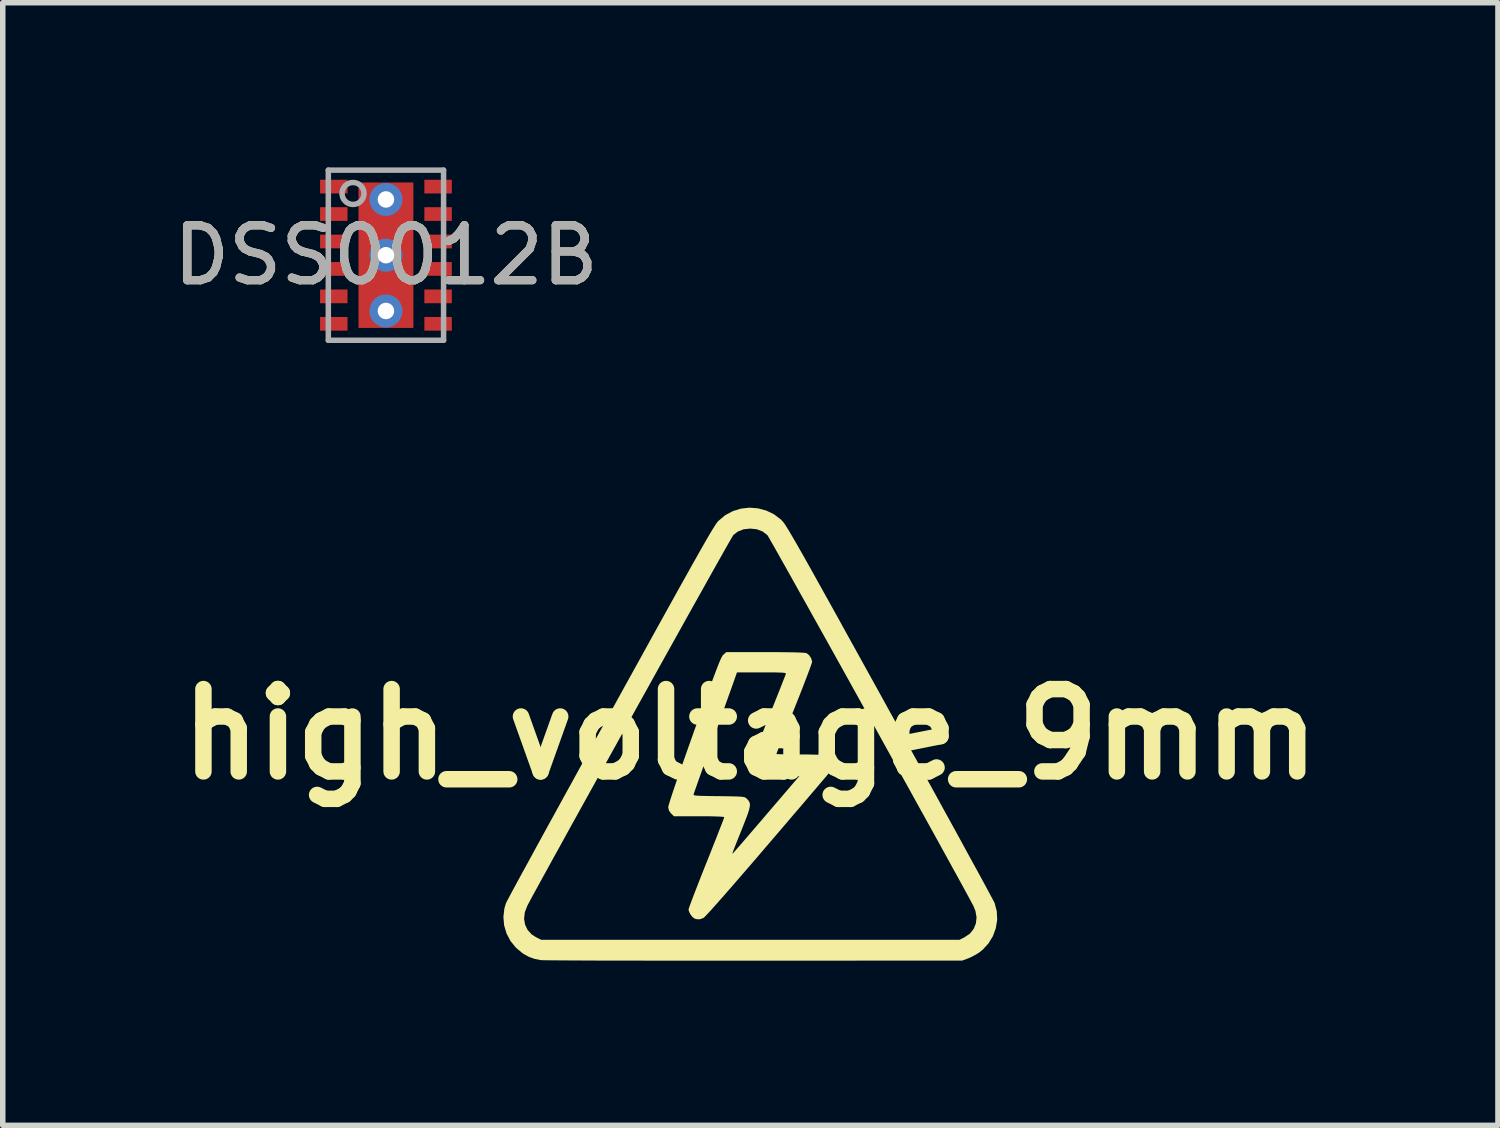
<source format=kicad_pcb>
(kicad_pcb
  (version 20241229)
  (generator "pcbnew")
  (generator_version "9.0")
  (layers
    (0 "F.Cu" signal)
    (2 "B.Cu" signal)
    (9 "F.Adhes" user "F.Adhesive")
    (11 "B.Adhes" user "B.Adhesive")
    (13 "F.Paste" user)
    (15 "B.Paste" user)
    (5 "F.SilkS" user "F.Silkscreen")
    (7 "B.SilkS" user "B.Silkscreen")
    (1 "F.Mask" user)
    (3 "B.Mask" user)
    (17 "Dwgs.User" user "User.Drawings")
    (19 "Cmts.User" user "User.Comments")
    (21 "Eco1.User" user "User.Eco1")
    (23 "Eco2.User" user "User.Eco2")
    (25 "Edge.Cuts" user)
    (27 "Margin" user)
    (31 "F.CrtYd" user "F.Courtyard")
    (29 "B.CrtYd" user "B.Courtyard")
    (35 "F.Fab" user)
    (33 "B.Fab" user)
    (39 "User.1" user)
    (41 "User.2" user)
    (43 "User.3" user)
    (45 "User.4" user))
  (footprint "high_voltage_9mm"
    (layer "F.Cu")
    (at 10.621 10.327)
    (property "Reference" "high_voltage_9mm" (at 0 0 0) (layer "F.SilkS") (effects (font (size 1.5 1.5) (thickness 0.3))))
    (attr board_only exclude_from_pos_files exclude_from_bom)
    (fp_poly (pts (xy 0.14 -4.115) (xy 0.29 -4.075) (xy 0.431 -4.007) (xy 0.558 -3.91) (xy 0.58 -3.887) (xy 0.593 -3.873) (xy 0.608 -3.854) (xy 0.626 -3.829) (xy 0.648 -3.796) (xy 0.674 -3.754) (xy 0.706 -3.702) (xy 0.743 -3.639) (xy 0.787 -3.564) (xy 0.839 -3.475) (xy 0.898 -3.371) (xy 0.966 -3.252) (xy 1.043 -3.115) (xy 1.13 -2.96) (xy 1.227 -2.785) (xy 1.336 -2.589) (xy 1.457 -2.372) (xy 1.591 -2.131) (xy 1.737 -1.866) (xy 1.898 -1.575) (xy 2.074 -1.257) (xy 2.265 -0.912) (xy 2.472 -0.537) (xy 2.547 -0.4) (xy 2.725 -0.078) (xy 2.898 0.236) (xy 3.067 0.542) (xy 3.229 0.837) (xy 3.385 1.12) (xy 3.533 1.39) (xy 3.674 1.646) (xy 3.805 1.885) (xy 3.926 2.107) (xy 4.037 2.31) (xy 4.137 2.492) (xy 4.224 2.652) (xy 4.298 2.789) (xy 4.359 2.902) (xy 4.405 2.988) (xy 4.436 3.046) (xy 4.451 3.076) (xy 4.452 3.078) (xy 4.491 3.228) (xy 4.498 3.382) (xy 4.473 3.535) (xy 4.42 3.68) (xy 4.339 3.813) (xy 4.233 3.928) (xy 4.161 3.984) (xy 4.09 4.027) (xy 4.01 4.068) (xy 3.964 4.087) (xy 3.861 4.125) (xy 0.062 4.127) (xy -0.303 4.127) (xy -0.658 4.127) (xy -1.003 4.127) (xy -1.336 4.127) (xy -1.655 4.127) (xy -1.959 4.126) (xy -2.246 4.126) (xy -2.514 4.125) (xy -2.762 4.125) (xy -2.988 4.124) (xy -3.19 4.123) (xy -3.367 4.122) (xy -3.518 4.121) (xy -3.639 4.12) (xy -3.731 4.119) (xy -3.79 4.118) (xy -3.817 4.117) (xy -3.817 4.117) (xy -3.934 4.093) (xy -4.032 4.058) (xy -4.125 4.007) (xy -4.148 3.993) (xy -4.271 3.89) (xy -4.37 3.768) (xy -4.442 3.63) (xy -4.486 3.482) (xy -4.496 3.362) (xy -4.122 3.362) (xy -4.104 3.471) (xy -4.057 3.568) (xy -3.982 3.65) (xy -3.903 3.7) (xy -3.81 3.747) (xy 0 3.747) (xy 3.81 3.747) (xy 3.903 3.7) (xy 4 3.635) (xy 4.069 3.549) (xy 4.11 3.449) (xy 4.122 3.338) (xy 4.102 3.222) (xy 4.064 3.128) (xy 4.035 3.074) (xy 3.991 2.992) (xy 3.933 2.885) (xy 3.862 2.755) (xy 3.779 2.603) (xy 3.684 2.431) (xy 3.579 2.24) (xy 3.465 2.033) (xy 3.342 1.81) (xy 3.212 1.575) (xy 3.075 1.328) (xy 2.933 1.071) (xy 2.786 0.806) (xy 2.635 0.534) (xy 2.482 0.258) (xy 2.327 -0.022) (xy 2.171 -0.302) (xy 2.015 -0.582) (xy 1.861 -0.86) (xy 1.708 -1.135) (xy 1.559 -1.403) (xy 1.413 -1.665) (xy 1.272 -1.918) (xy 1.137 -2.159) (xy 1.009 -2.389) (xy 0.888 -2.604) (xy 0.777 -2.804) (xy 0.675 -2.986) (xy 0.583 -3.149) (xy 0.503 -3.291) (xy 0.436 -3.411) (xy 0.381 -3.506) (xy 0.342 -3.575) (xy 0.317 -3.616) (xy 0.31 -3.628) (xy 0.221 -3.695) (xy 0.117 -3.734) (xy 0 -3.746) (xy -0.123 -3.733) (xy -0.226 -3.693) (xy -0.31 -3.628) (xy -0.321 -3.609) (xy -0.349 -3.562) (xy -0.392 -3.487) (xy -0.45 -3.386) (xy -0.52 -3.261) (xy -0.603 -3.114) (xy -0.697 -2.947) (xy -0.801 -2.761) (xy -0.915 -2.557) (xy -1.037 -2.339) (xy -1.167 -2.106) (xy -1.303 -1.862) (xy -1.445 -1.607) (xy -1.592 -1.344) (xy -1.742 -1.074) (xy -1.895 -0.798) (xy -2.05 -0.52) (xy -2.206 -0.239) (xy -2.362 0.041) (xy -2.517 0.32) (xy -2.669 0.595) (xy -2.819 0.866) (xy -2.965 1.129) (xy -3.106 1.384) (xy -3.242 1.629) (xy -3.37 1.861) (xy -3.491 2.081) (xy -3.604 2.284) (xy -3.706 2.471) (xy -3.799 2.639) (xy -3.879 2.786) (xy -3.948 2.911) (xy -4.003 3.013) (xy -4.043 3.088) (xy -4.064 3.128) (xy -4.109 3.246) (xy -4.122 3.362) (xy -4.496 3.362) (xy -4.499 3.329) (xy -4.481 3.175) (xy -4.452 3.078) (xy -4.44 3.054) (xy -4.412 3.001) (xy -4.369 2.92) (xy -4.311 2.812) (xy -4.239 2.679) (xy -4.154 2.523) (xy -4.056 2.345) (xy -3.948 2.146) (xy -3.828 1.927) (xy -3.699 1.691) (xy -3.56 1.439) (xy -3.413 1.171) (xy -3.258 0.89) (xy -3.097 0.597) (xy -2.93 0.293) (xy -2.757 -0.02) (xy -2.58 -0.34) (xy -2.547 -0.4) (xy -2.335 -0.785) (xy -2.138 -1.141) (xy -1.957 -1.468) (xy -1.792 -1.768) (xy -1.64 -2.042) (xy -1.502 -2.291) (xy -1.377 -2.516) (xy -1.264 -2.719) (xy -1.162 -2.901) (xy -1.072 -3.063) (xy -0.991 -3.206) (xy -0.92 -3.332) (xy -0.858 -3.441) (xy -0.804 -3.535) (xy -0.758 -3.614) (xy -0.718 -3.682) (xy -0.685 -3.737) (xy -0.656 -3.782) (xy -0.633 -3.818) (xy -0.614 -3.846) (xy -0.598 -3.867) (xy -0.585 -3.883) (xy -0.58 -3.887) (xy -0.458 -3.99) (xy -0.319 -4.064) (xy -0.17 -4.11) (xy -0.015 -4.127)) (stroke (width 0) (type solid)) (fill yes) (layer "F.SilkS"))
    (fp_poly (pts (xy 0.485 -1.495) (xy 0.663 -1.493) (xy 0.805 -1.491) (xy 0.913 -1.487) (xy 0.985 -1.483) (xy 1.022 -1.477) (xy 1.025 -1.476) (xy 1.072 -1.439) (xy 1.109 -1.383) (xy 1.126 -1.324) (xy 1.126 -1.317) (xy 1.119 -1.293) (xy 1.101 -1.24) (xy 1.072 -1.161) (xy 1.034 -1.059) (xy 0.987 -0.938) (xy 0.934 -0.8) (xy 0.875 -0.65) (xy 0.811 -0.49) (xy 0.8 -0.462) (xy 0.737 -0.302) (xy 0.677 -0.152) (xy 0.623 -0.015) (xy 0.575 0.105) (xy 0.535 0.206) (xy 0.504 0.284) (xy 0.484 0.337) (xy 0.475 0.36) (xy 0.475 0.361) (xy 0.492 0.363) (xy 0.539 0.365) (xy 0.612 0.367) (xy 0.705 0.368) (xy 0.815 0.369) (xy 0.898 0.369) (xy 1.043 0.37) (xy 1.158 0.372) (xy 1.245 0.375) (xy 1.308 0.379) (xy 1.352 0.386) (xy 1.379 0.394) (xy 1.447 0.438) (xy 1.486 0.498) (xy 1.495 0.569) (xy 1.473 0.646) (xy 1.438 0.702) (xy 1.418 0.725) (xy 1.378 0.774) (xy 1.317 0.845) (xy 1.239 0.937) (xy 1.145 1.048) (xy 1.036 1.176) (xy 0.915 1.318) (xy 0.782 1.473) (xy 0.64 1.64) (xy 0.49 1.815) (xy 0.334 1.997) (xy 0.29 2.048) (xy 0.098 2.273) (xy -0.08 2.479) (xy -0.241 2.665) (xy -0.385 2.831) (xy -0.512 2.976) (xy -0.62 3.098) (xy -0.709 3.198) (xy -0.778 3.273) (xy -0.826 3.323) (xy -0.853 3.348) (xy -0.856 3.35) (xy -0.922 3.373) (xy -0.984 3.37) (xy -1.016 3.359) (xy -1.055 3.33) (xy -1.093 3.281) (xy -1.119 3.227) (xy -1.126 3.193) (xy -1.119 3.171) (xy -1.101 3.119) (xy -1.072 3.041) (xy -1.034 2.94) (xy -0.987 2.819) (xy -0.934 2.682) (xy -0.875 2.532) (xy -0.812 2.373) (xy -0.8 2.344) (xy -0.736 2.184) (xy -0.677 2.033) (xy -0.622 1.896) (xy -0.575 1.774) (xy -0.535 1.672) (xy -0.504 1.593) (xy -0.484 1.539) (xy -0.475 1.514) (xy -0.475 1.512) (xy -0.492 1.507) (xy -0.542 1.502) (xy -0.623 1.499) (xy -0.732 1.496) (xy -0.868 1.495) (xy -0.934 1.495) (xy -1.392 1.495) (xy -1.444 1.444) (xy -1.482 1.393) (xy -1.495 1.336) (xy -1.495 1.327) (xy -1.489 1.298) (xy -1.471 1.237) (xy -1.442 1.146) (xy -1.428 1.103) (xy -1.034 1.103) (xy -1.026 1.11) (xy -1.007 1.116) (xy -0.972 1.12) (xy -0.918 1.123) (xy -0.842 1.125) (xy -0.738 1.127) (xy -0.604 1.129) (xy -0.575 1.129) (xy -0.435 1.131) (xy -0.326 1.133) (xy -0.243 1.135) (xy -0.182 1.138) (xy -0.14 1.142) (xy -0.111 1.147) (xy -0.091 1.155) (xy -0.076 1.165) (xy -0.063 1.177) (xy -0.035 1.207) (xy -0.016 1.238) (xy -0.007 1.275) (xy -0.01 1.322) (xy -0.024 1.384) (xy -0.051 1.466) (xy -0.091 1.571) (xy -0.132 1.675) (xy -0.189 1.819) (xy -0.235 1.933) (xy -0.27 2.021) (xy -0.295 2.085) (xy -0.312 2.13) (xy -0.322 2.158) (xy -0.325 2.172) (xy -0.324 2.175) (xy -0.318 2.172) (xy -0.31 2.164) (xy -0.31 2.164) (xy -0.294 2.145) (xy -0.257 2.103) (xy -0.201 2.039) (xy -0.13 1.957) (xy -0.045 1.858) (xy 0.052 1.745) (xy 0.158 1.622) (xy 0.271 1.49) (xy 0.304 1.451) (xy 0.892 0.765) (xy 0.512 0.756) (xy 0.364 0.752) (xy 0.249 0.747) (xy 0.166 0.74) (xy 0.113 0.732) (xy 0.093 0.725) (xy 0.05 0.685) (xy 0.016 0.628) (xy 0.000184 0.57) (xy 0 0.564) (xy 0.006 0.541) (xy 0.025 0.488) (xy 0.054 0.41) (xy 0.092 0.309) (xy 0.138 0.189) (xy 0.192 0.052) (xy 0.251 -0.097) (xy 0.314 -0.256) (xy 0.319 -0.268) (xy 0.383 -0.427) (xy 0.442 -0.577) (xy 0.497 -0.714) (xy 0.545 -0.835) (xy 0.585 -0.937) (xy 0.616 -1.016) (xy 0.637 -1.07) (xy 0.646 -1.094) (xy 0.646 -1.095) (xy 0.647 -1.104) (xy 0.64 -1.112) (xy 0.622 -1.117) (xy 0.59 -1.121) (xy 0.538 -1.123) (xy 0.463 -1.125) (xy 0.361 -1.126) (xy 0.229 -1.126) (xy 0.206 -1.126) (xy -0.243 -1.126) (xy -0.26 -1.077) (xy -0.269 -1.053) (xy -0.288 -0.998) (xy -0.317 -0.916) (xy -0.355 -0.809) (xy -0.401 -0.682) (xy -0.453 -0.536) (xy -0.511 -0.374) (xy -0.573 -0.201) (xy -0.638 -0.018) (xy -0.651 0.018) (xy -0.717 0.201) (xy -0.779 0.376) (xy -0.837 0.538) (xy -0.889 0.685) (xy -0.935 0.814) (xy -0.973 0.922) (xy -1.003 1.007) (xy -1.023 1.064) (xy -1.033 1.092) (xy -1.033 1.094) (xy -1.034 1.103) (xy -1.428 1.103) (xy -1.402 1.025) (xy -1.352 0.877) (xy -1.292 0.703) (xy -1.222 0.503) (xy -1.143 0.279) (xy -1.056 0.033) (xy -1.02 -0.068) (xy -0.932 -0.314) (xy -0.855 -0.528) (xy -0.788 -0.714) (xy -0.73 -0.873) (xy -0.681 -1.007) (xy -0.639 -1.118) (xy -0.604 -1.21) (xy -0.576 -1.282) (xy -0.552 -1.339) (xy -0.533 -1.382) (xy -0.517 -1.412) (xy -0.504 -1.433) (xy -0.493 -1.446) (xy -0.492 -1.447) (xy -0.439 -1.495) (xy 0.272 -1.495)) (stroke (width 0) (type solid)) (fill yes) (layer "F.SilkS")))
  (footprint "DSS0012B"
    (layer "F.Cu")
    (at 3.982 1.6)
    (property "Reference" "DSS0012B" (at 0 0 0) (unlocked yes) (layer "F.SilkS") (effects (font (size 1 1) (thickness 0.15))))
    (attr smd)
    (fp_poly (pts (xy -0.475 -0.15) (xy -0.475 -1.22) (xy -0.425 -1.27) (xy 0.425 -1.27) (xy 0.475 -1.22) (xy 0.475 -0.15) (xy 0.425 -0.1) (xy -0.425 -0.1)) (stroke (width 0) (type solid)) (fill yes) (layer "F.Paste"))
    (fp_poly (pts (xy -0.475 0.15) (xy -0.475 1.22) (xy -0.425 1.27) (xy 0.425 1.27) (xy 0.475 1.22) (xy 0.475 0.15) (xy 0.425 0.1) (xy -0.425 0.1)) (stroke (width 0) (type solid)) (fill yes) (layer "F.Paste"))
    (fp_line (start -1.05 -1.55) (end 1.05 -1.55) (stroke (width 0.1) (type solid)) (layer "F.Fab"))
    (fp_line (start -1.05 1.55) (end -1.05 -1.55) (stroke (width 0.1) (type solid)) (layer "F.Fab"))
    (fp_line (start -1.05 1.55) (end 1.05 1.55) (stroke (width 0.1) (type solid)) (layer "F.Fab"))
    (fp_line (start 1.05 1.55) (end 1.05 -1.55) (stroke (width 0.1) (type solid)) (layer "F.Fab"))
    (fp_circle (center -0.6 -1.125) (end -0.4 -1.125) (stroke (width 0.1) (type solid)) (fill no) (layer "F.Fab"))
    (fp_text user "${REFERENCE}" (at 0 0 0) (unlocked yes) (layer "F.Fab") (effects (font (size 1 1) (thickness 0.15))))
    (pad "1" smd rect (at -0.95 -1.25 90) (size 0.25 0.5) (layers "F.Cu" "F.Mask" "F.Paste"))
    (pad "2" smd rect (at -0.95 -0.75 90) (size 0.25 0.5) (layers "F.Cu" "F.Mask" "F.Paste"))
    (pad "3" smd rect (at -0.95 -0.25 90) (size 0.25 0.5) (layers "F.Cu" "F.Mask" "F.Paste"))
    (pad "4" smd rect (at -0.95 0.25 90) (size 0.25 0.5) (layers "F.Cu" "F.Mask" "F.Paste"))
    (pad "5" smd rect (at -0.95 0.75 90) (size 0.25 0.5) (layers "F.Cu" "F.Mask" "F.Paste"))
    (pad "6" smd rect (at -0.95 1.25 90) (size 0.25 0.5) (layers "F.Cu" "F.Mask" "F.Paste"))
    (pad "7" smd rect (at 0.95 1.25 90) (size 0.25 0.5) (layers "F.Cu" "F.Mask" "F.Paste"))
    (pad "8" smd rect (at 0.95 0.75 90) (size 0.25 0.5) (layers "F.Cu" "F.Mask" "F.Paste"))
    (pad "9" smd rect (at 0.95 0.25 90) (size 0.25 0.5) (layers "F.Cu" "F.Mask" "F.Paste"))
    (pad "10" smd rect (at 0.95 -0.25 90) (size 0.25 0.5) (layers "F.Cu" "F.Mask" "F.Paste"))
    (pad "11" smd rect (at 0.95 -0.75 90) (size 0.25 0.5) (layers "F.Cu" "F.Mask" "F.Paste"))
    (pad "12" smd rect (at 0.95 -1.25 90) (size 0.25 0.5) (layers "F.Cu" "F.Mask" "F.Paste"))
    (pad "13" thru_hole circle (at 0 -1.016) (size 0.6 0.6) (drill 0.3) (layers "*.Cu" "*.Mask"))
    (pad "13" thru_hole circle (at 0 0) (size 0.6 0.6) (drill 0.3) (layers "*.Cu" "*.Mask"))
    (pad "13" thru_hole circle (at 0 1.016) (size 0.6 0.6) (drill 0.3) (layers "*.Cu" "*.Mask"))
    (pad "13" smd rect (at 0.000003 0) (size 1 2.65) (layers "F.Cu" "F.Mask" "F.Paste")))
  (gr_rect
    (start -3 -3)
    (end 24.243 17.454)
    (stroke (width 0.1) (type default))
    (fill no)
    (layer "Edge.Cuts")))
</source>
